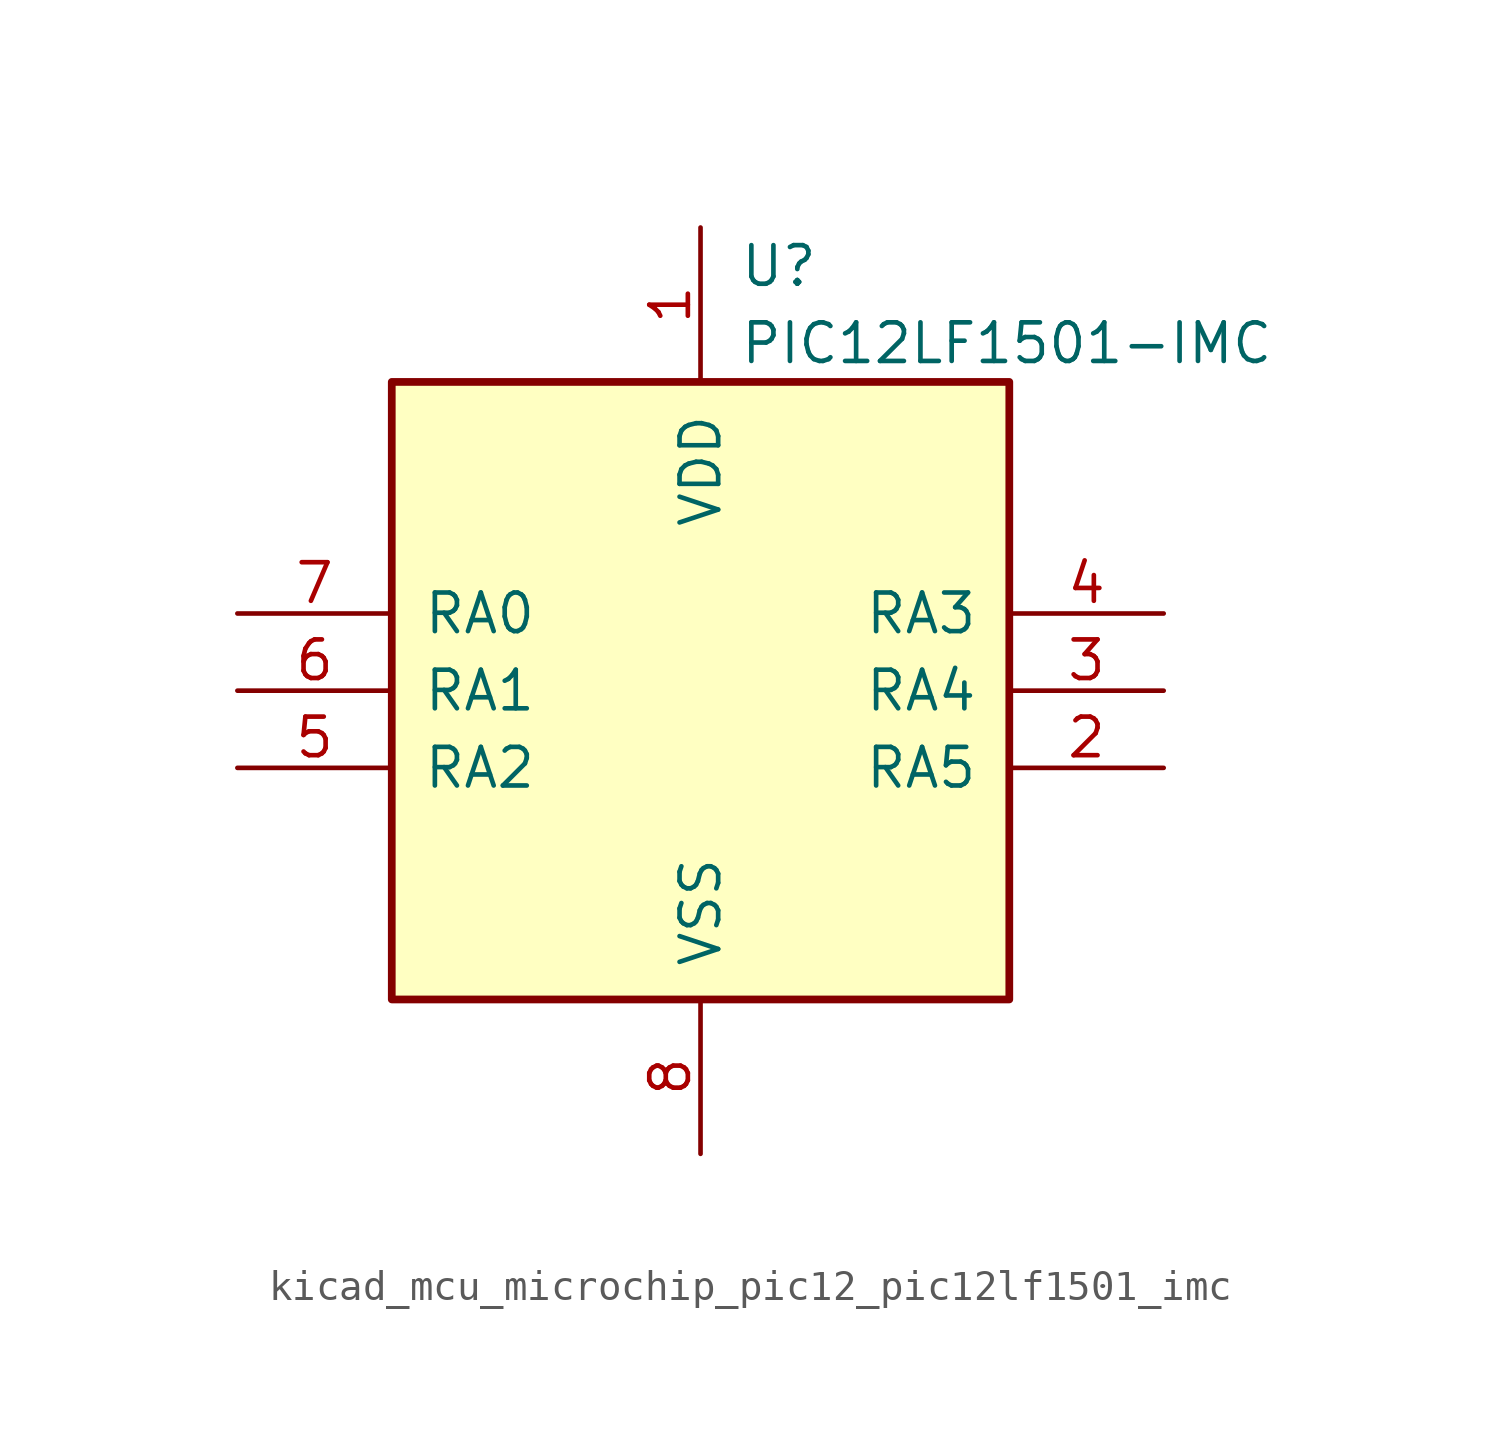
<source format=kicad_sym>
(kicad_symbol_lib
  (version 20220914)
  (generator kicad_symbol_editor)
  (symbol "kicad_mcu_microchip_pic12_pic12lf1501_imc"
    (pin_names
      (offset 1.016))
    (property "Reference" "U"
      (at 1.27 13.97 0)
      (effects (font (size 1.27 1.27)) (justify left)))
    (property "Value" "PIC12LF1501-IMC"
      (at 1.27 11.43 0)
      (effects (font (size 1.27 1.27)) (justify left)))
    (symbol "kicad_mcu_microchip_pic12_pic12lf1501_imc_0_1"
      (rectangle (start 10.16 -10.16) (end -10.16 10.16) (stroke (width 0.254) (type default)) (fill (type background))))
    (symbol "kicad_mcu_microchip_pic12_pic12lf1501_imc_1_1"
      (pin power_in line (at 0 15.24 270) (length 5.08) (name "VDD" (effects (font (size 1.27 1.27)))) (number "1" (effects (font (size 1.27 1.27)))))
      (pin bidirectional line (at 15.24 -2.54 180) (length 5.08) (name "RA5" (effects (font (size 1.27 1.27)))) (number "2" (effects (font (size 1.27 1.27)))))
      (pin bidirectional line (at 15.24 0 180) (length 5.08) (name "RA4" (effects (font (size 1.27 1.27)))) (number "3" (effects (font (size 1.27 1.27)))))
      (pin input line (at 15.24 2.54 180) (length 5.08) (name "RA3" (effects (font (size 1.27 1.27)))) (number "4" (effects (font (size 1.27 1.27)))))
      (pin bidirectional line (at -15.24 -2.54 0) (length 5.08) (name "RA2" (effects (font (size 1.27 1.27)))) (number "5" (effects (font (size 1.27 1.27)))))
      (pin bidirectional line (at -15.24 0 0) (length 5.08) (name "RA1" (effects (font (size 1.27 1.27)))) (number "6" (effects (font (size 1.27 1.27)))))
      (pin bidirectional line (at -15.24 2.54 0) (length 5.08) (name "RA0" (effects (font (size 1.27 1.27)))) (number "7" (effects (font (size 1.27 1.27)))))
      (pin power_in line (at 0 -15.24 90) (length 5.08) (name "VSS" (effects (font (size 1.27 1.27)))) (number "8" (effects (font (size 1.27 1.27))))))))
</source>
